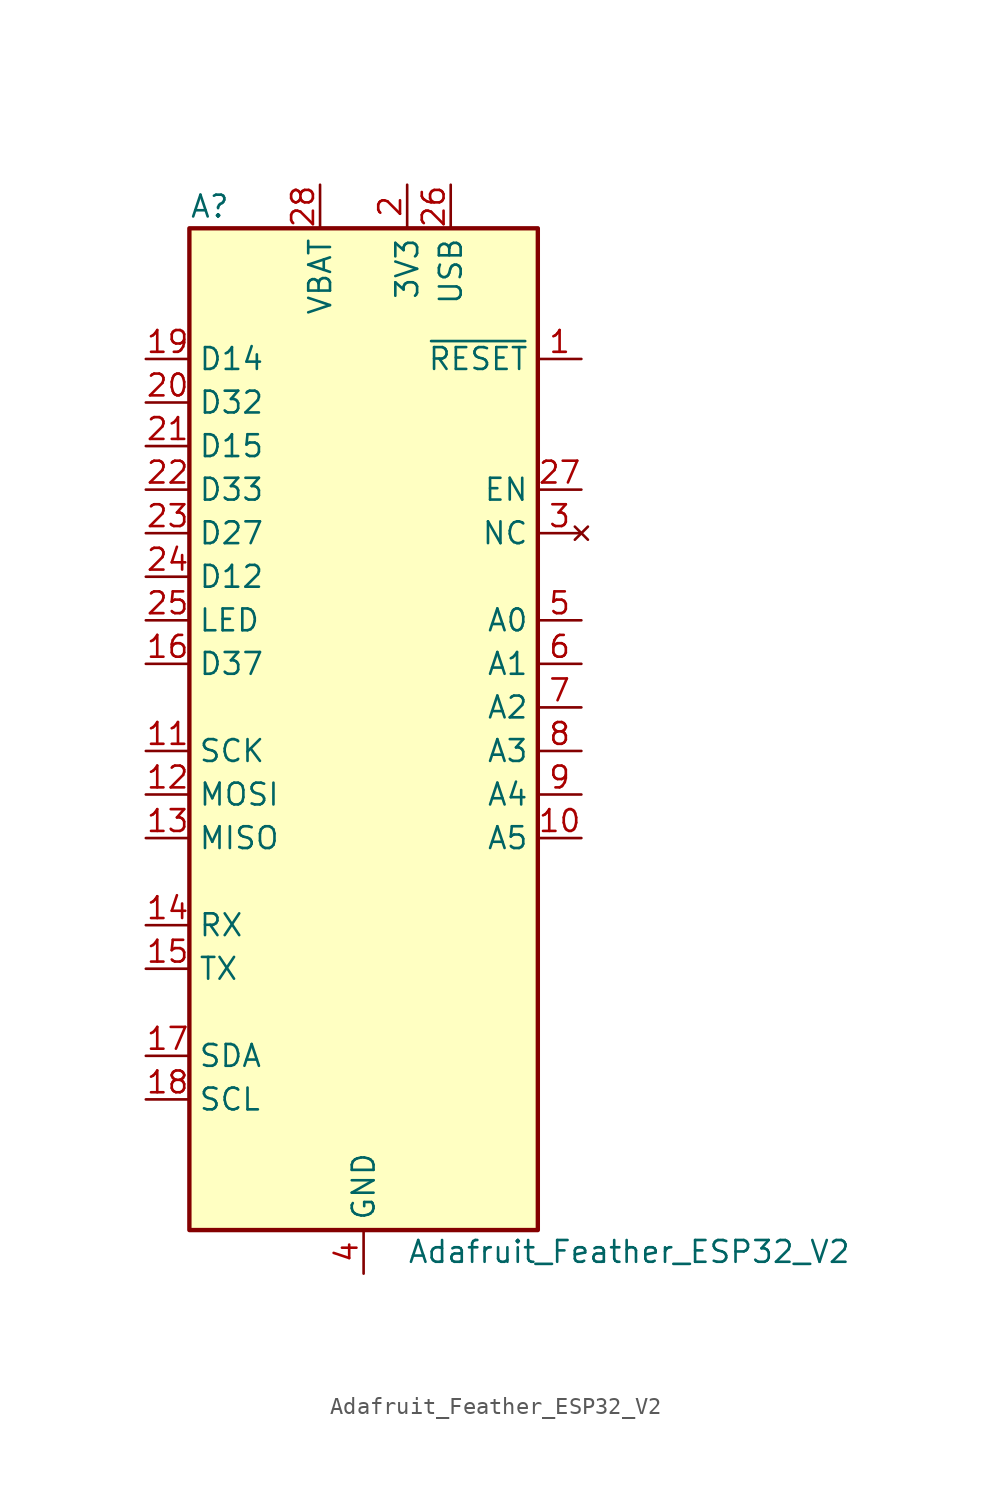
<source format=kicad_sym>
(kicad_symbol_lib
  (version 20220914)
  (generator kicad_symbol_editor)
  (symbol "Adafruit_Feather_ESP32_V2"
    (property "Reference" "A"
      (at -10.16 29.21 0)
      (effects (font (size 1.27 1.27)) (justify left)))
    (property "Value" "Adafruit_Feather_ESP32_V2"
      (at 2.54 -31.75 0)
      (effects (font (size 1.27 1.27)) (justify left)))
    (symbol "Adafruit_Feather_ESP32_V2_0_1"
      (rectangle (start -10.16 27.94) (end 10.16 -30.48) (stroke (width 0.254) (type default)) (fill (type background))))
    (symbol "Adafruit_Feather_ESP32_V2_1_1"
      (pin input line (at 12.7 20.32 180) (length 2.54) (name "~{RESET}" (effects (font (size 1.27 1.27)))) (number "1" (effects (font (size 1.27 1.27)))))
      (pin bidirectional line (at 12.7 -7.62 180) (length 2.54) (name "A5" (effects (font (size 1.27 1.27)))) (number "10" (effects (font (size 1.27 1.27)))))
      (pin bidirectional line (at -12.7 -2.54 0) (length 2.54) (name "SCK" (effects (font (size 1.27 1.27)))) (number "11" (effects (font (size 1.27 1.27)))))
      (pin bidirectional line (at -12.7 -5.08 0) (length 2.54) (name "MOSI" (effects (font (size 1.27 1.27)))) (number "12" (effects (font (size 1.27 1.27)))))
      (pin bidirectional line (at -12.7 -7.62 0) (length 2.54) (name "MISO" (effects (font (size 1.27 1.27)))) (number "13" (effects (font (size 1.27 1.27)))))
      (pin bidirectional line (at -12.7 -12.7 0) (length 2.54) (name "RX" (effects (font (size 1.27 1.27)))) (number "14" (effects (font (size 1.27 1.27)))))
      (pin bidirectional line (at -12.7 -15.24 0) (length 2.54) (name "TX" (effects (font (size 1.27 1.27)))) (number "15" (effects (font (size 1.27 1.27)))))
      (pin bidirectional line (at -12.7 2.54 0) (length 2.54) (name "D37" (effects (font (size 1.27 1.27)))) (number "16" (effects (font (size 1.27 1.27)))))
      (pin bidirectional line (at -12.7 -20.32 0) (length 2.54) (name "SDA" (effects (font (size 1.27 1.27)))) (number "17" (effects (font (size 1.27 1.27)))))
      (pin bidirectional line (at -12.7 -22.86 0) (length 2.54) (name "SCL" (effects (font (size 1.27 1.27)))) (number "18" (effects (font (size 1.27 1.27)))))
      (pin bidirectional line (at -12.7 20.32 0) (length 2.54) (name "D14" (effects (font (size 1.27 1.27)))) (number "19" (effects (font (size 1.27 1.27)))))
      (pin power_in line (at 2.54 30.48 270) (length 2.54) (name "3V3" (effects (font (size 1.27 1.27)))) (number "2" (effects (font (size 1.27 1.27)))))
      (pin bidirectional line (at -12.7 17.78 0) (length 2.54) (name "D32" (effects (font (size 1.27 1.27)))) (number "20" (effects (font (size 1.27 1.27)))))
      (pin bidirectional line (at -12.7 15.24 0) (length 2.54) (name "D15" (effects (font (size 1.27 1.27)))) (number "21" (effects (font (size 1.27 1.27)))))
      (pin bidirectional line (at -12.7 12.7 0) (length 2.54) (name "D33" (effects (font (size 1.27 1.27)))) (number "22" (effects (font (size 1.27 1.27)))))
      (pin bidirectional line (at -12.7 10.16 0) (length 2.54) (name "D27" (effects (font (size 1.27 1.27)))) (number "23" (effects (font (size 1.27 1.27)))))
      (pin bidirectional line (at -12.7 7.62 0) (length 2.54) (name "D12" (effects (font (size 1.27 1.27)))) (number "24" (effects (font (size 1.27 1.27)))))
      (pin bidirectional line (at -12.7 5.08 0) (length 2.54) (name "LED" (effects (font (size 1.27 1.27)))) (number "25" (effects (font (size 1.27 1.27)))))
      (pin power_in line (at 5.08 30.48 270) (length 2.54) (name "USB" (effects (font (size 1.27 1.27)))) (number "26" (effects (font (size 1.27 1.27)))))
      (pin input line (at 12.7 12.7 180) (length 2.54) (name "EN" (effects (font (size 1.27 1.27)))) (number "27" (effects (font (size 1.27 1.27)))))
      (pin power_in line (at -2.54 30.48 270) (length 2.54) (name "VBAT" (effects (font (size 1.27 1.27)))) (number "28" (effects (font (size 1.27 1.27)))))
      (pin no_connect line (at 12.7 10.16 180) (length 2.54) (name "NC" (effects (font (size 1.27 1.27)))) (number "3" (effects (font (size 1.27 1.27)))))
      (pin power_in line (at 0 -33.02 90) (length 2.54) (name "GND" (effects (font (size 1.27 1.27)))) (number "4" (effects (font (size 1.27 1.27)))))
      (pin bidirectional line (at 12.7 5.08 180) (length 2.54) (name "A0" (effects (font (size 1.27 1.27)))) (number "5" (effects (font (size 1.27 1.27)))))
      (pin bidirectional line (at 12.7 2.54 180) (length 2.54) (name "A1" (effects (font (size 1.27 1.27)))) (number "6" (effects (font (size 1.27 1.27)))))
      (pin bidirectional line (at 12.7 0 180) (length 2.54) (name "A2" (effects (font (size 1.27 1.27)))) (number "7" (effects (font (size 1.27 1.27)))))
      (pin bidirectional line (at 12.7 -2.54 180) (length 2.54) (name "A3" (effects (font (size 1.27 1.27)))) (number "8" (effects (font (size 1.27 1.27)))))
      (pin bidirectional line (at 12.7 -5.08 180) (length 2.54) (name "A4" (effects (font (size 1.27 1.27)))) (number "9" (effects (font (size 1.27 1.27))))))))
</source>
